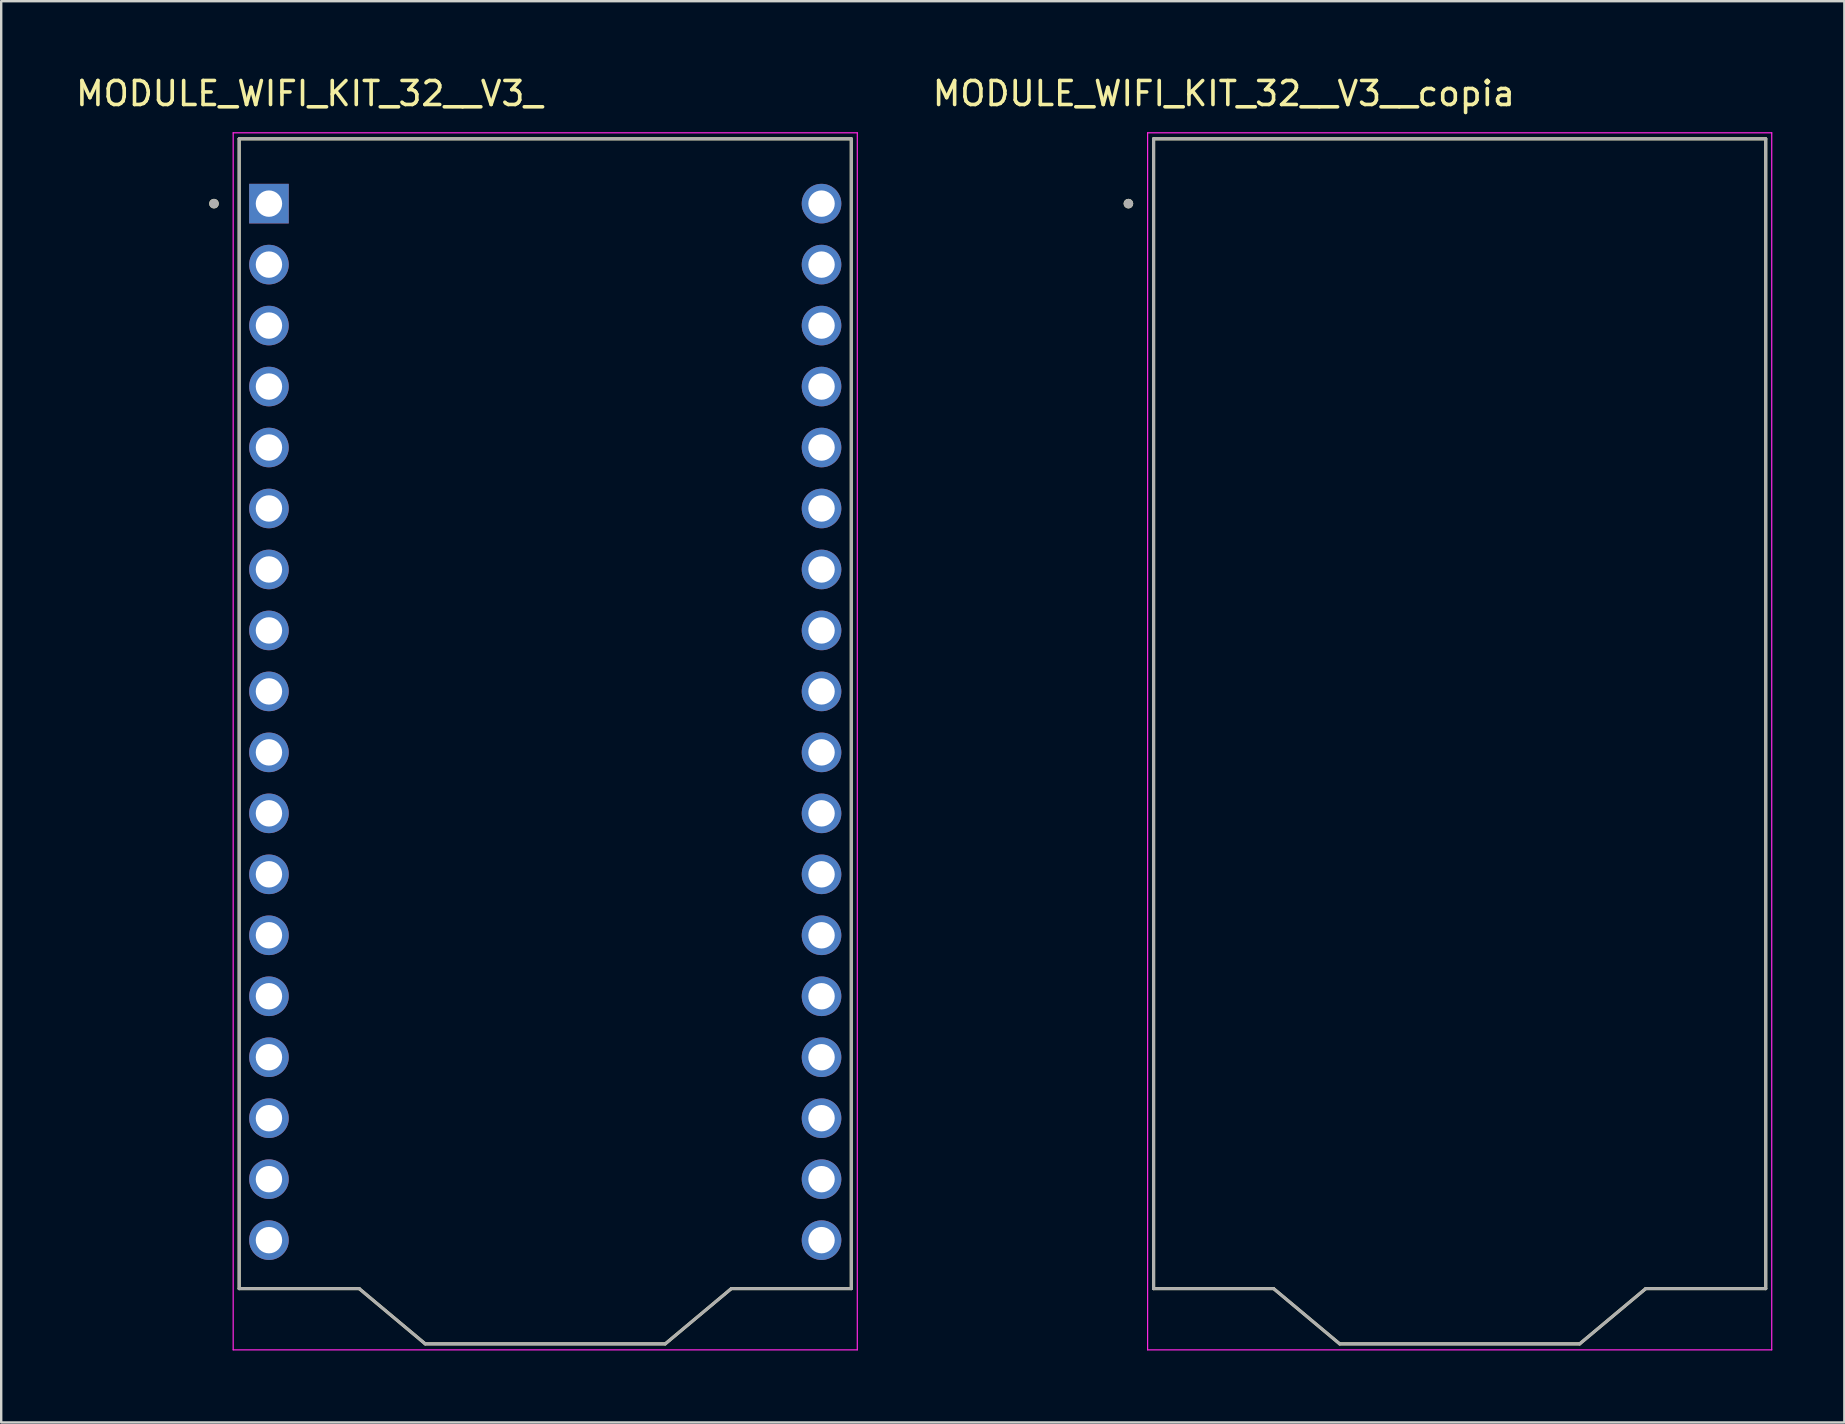
<source format=kicad_pcb>
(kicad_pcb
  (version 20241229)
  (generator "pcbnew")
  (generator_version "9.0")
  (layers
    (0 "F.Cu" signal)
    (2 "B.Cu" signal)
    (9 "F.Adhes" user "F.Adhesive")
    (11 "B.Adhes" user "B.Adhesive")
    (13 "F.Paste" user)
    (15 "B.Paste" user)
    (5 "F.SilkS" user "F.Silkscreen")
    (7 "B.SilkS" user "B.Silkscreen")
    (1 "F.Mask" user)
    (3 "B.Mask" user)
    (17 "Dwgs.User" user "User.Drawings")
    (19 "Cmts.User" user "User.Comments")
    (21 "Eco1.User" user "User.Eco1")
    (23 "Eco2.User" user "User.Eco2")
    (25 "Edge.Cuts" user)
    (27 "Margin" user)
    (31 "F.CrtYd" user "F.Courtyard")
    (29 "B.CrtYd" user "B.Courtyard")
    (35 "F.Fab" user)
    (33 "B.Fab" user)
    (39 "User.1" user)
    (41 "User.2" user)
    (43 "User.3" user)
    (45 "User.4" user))
  (footprint "MODULE_WIFI_KIT_32__V3_"
    (layer "F.Cu")
    (at 19.664 27.833)
    (property "Reference" "MODULE_WIFI_KIT_32__V3_" (at -9.825 -26.985 0) (layer "F.SilkS") (effects (font (size 1 1) (thickness 0.15))))
    (attr through_hole)
    (fp_line (start -12.75 -25.1) (end 12.75 -25.1) (stroke (width 0.127) (type solid)) (layer "F.SilkS"))
    (fp_line (start -12.75 22.8) (end -12.75 -25.1) (stroke (width 0.127) (type solid)) (layer "F.SilkS"))
    (fp_line (start -7.75 22.8) (end -12.75 22.8) (stroke (width 0.127) (type solid)) (layer "F.SilkS"))
    (fp_line (start -7.75 22.8) (end -5 25.1) (stroke (width 0.127) (type solid)) (layer "F.SilkS"))
    (fp_line (start -5 25.1) (end 5 25.1) (stroke (width 0.127) (type solid)) (layer "F.SilkS"))
    (fp_line (start 5 25.1) (end 7.75 22.8) (stroke (width 0.127) (type solid)) (layer "F.SilkS"))
    (fp_line (start 12.75 -25.1) (end 12.75 22.8) (stroke (width 0.127) (type solid)) (layer "F.SilkS"))
    (fp_line (start 12.75 22.8) (end 7.75 22.8) (stroke (width 0.127) (type solid)) (layer "F.SilkS"))
    (fp_circle (center -13.8 -22.4) (end -13.7 -22.4) (stroke (width 0.2) (type solid)) (fill no) (layer "F.SilkS"))
    (fp_line (start -13 -25.35) (end -13 25.35) (stroke (width 0.05) (type solid)) (layer "F.CrtYd"))
    (fp_line (start -13 25.35) (end 13 25.35) (stroke (width 0.05) (type solid)) (layer "F.CrtYd"))
    (fp_line (start 13 -25.35) (end -13 -25.35) (stroke (width 0.05) (type solid)) (layer "F.CrtYd"))
    (fp_line (start 13 25.35) (end 13 -25.35) (stroke (width 0.05) (type solid)) (layer "F.CrtYd"))
    (fp_line (start -12.75 -25.1) (end 12.75 -25.1) (stroke (width 0.127) (type solid)) (layer "F.Fab"))
    (fp_line (start -12.75 22.8) (end -12.75 -25.1) (stroke (width 0.127) (type solid)) (layer "F.Fab"))
    (fp_line (start -7.75 22.8) (end -12.75 22.8) (stroke (width 0.127) (type solid)) (layer "F.Fab"))
    (fp_line (start -7.75 22.8) (end -5 25.1) (stroke (width 0.127) (type solid)) (layer "F.Fab"))
    (fp_line (start -5 25.1) (end 5 25.1) (stroke (width 0.127) (type solid)) (layer "F.Fab"))
    (fp_line (start 5 25.1) (end 7.75 22.8) (stroke (width 0.127) (type solid)) (layer "F.Fab"))
    (fp_line (start 12.75 -25.1) (end 12.75 22.8) (stroke (width 0.127) (type solid)) (layer "F.Fab"))
    (fp_line (start 12.75 22.8) (end 7.75 22.8) (stroke (width 0.127) (type solid)) (layer "F.Fab"))
    (fp_circle (center -13.8 -22.4) (end -13.7 -22.4) (stroke (width 0.2) (type solid)) (fill no) (layer "F.Fab"))
    (pad "J2_1" thru_hole rect (at -11.51 -22.4) (size 1.65 1.65) (drill 1.1) (layers "*.Cu" "*.Mask"))
    (pad "J2_2" thru_hole circle (at -11.51 -19.86) (size 1.65 1.65) (drill 1.1) (layers "*.Cu" "*.Mask"))
    (pad "J2_3" thru_hole circle (at -11.51 -17.32) (size 1.65 1.65) (drill 1.1) (layers "*.Cu" "*.Mask"))
    (pad "J2_4" thru_hole circle (at -11.51 -14.78) (size 1.65 1.65) (drill 1.1) (layers "*.Cu" "*.Mask"))
    (pad "J2_5" thru_hole circle (at -11.51 -12.24) (size 1.65 1.65) (drill 1.1) (layers "*.Cu" "*.Mask"))
    (pad "J2_6" thru_hole circle (at -11.51 -9.7) (size 1.65 1.65) (drill 1.1) (layers "*.Cu" "*.Mask"))
    (pad "J2_7" thru_hole circle (at -11.51 -7.16) (size 1.65 1.65) (drill 1.1) (layers "*.Cu" "*.Mask"))
    (pad "J2_8" thru_hole circle (at -11.51 -4.62) (size 1.65 1.65) (drill 1.1) (layers "*.Cu" "*.Mask"))
    (pad "J2_9" thru_hole circle (at -11.51 -2.08) (size 1.65 1.65) (drill 1.1) (layers "*.Cu" "*.Mask"))
    (pad "J2_10" thru_hole circle (at -11.51 0.46) (size 1.65 1.65) (drill 1.1) (layers "*.Cu" "*.Mask"))
    (pad "J2_11" thru_hole circle (at -11.51 3) (size 1.65 1.65) (drill 1.1) (layers "*.Cu" "*.Mask"))
    (pad "J2_12" thru_hole circle (at -11.51 5.54) (size 1.65 1.65) (drill 1.1) (layers "*.Cu" "*.Mask"))
    (pad "J2_13" thru_hole circle (at -11.51 8.08) (size 1.65 1.65) (drill 1.1) (layers "*.Cu" "*.Mask"))
    (pad "J2_14" thru_hole circle (at -11.51 10.62) (size 1.65 1.65) (drill 1.1) (layers "*.Cu" "*.Mask"))
    (pad "J2_15" thru_hole circle (at -11.51 13.16) (size 1.65 1.65) (drill 1.1) (layers "*.Cu" "*.Mask"))
    (pad "J2_16" thru_hole circle (at -11.51 15.7) (size 1.65 1.65) (drill 1.1) (layers "*.Cu" "*.Mask"))
    (pad "J2_17" thru_hole circle (at -11.51 18.24) (size 1.65 1.65) (drill 1.1) (layers "*.Cu" "*.Mask"))
    (pad "J2_18" thru_hole circle (at -11.51 20.78) (size 1.65 1.65) (drill 1.1) (layers "*.Cu" "*.Mask"))
    (pad "J3_1" thru_hole circle (at 11.51 -22.4) (size 1.65 1.65) (drill 1.1) (layers "*.Cu" "*.Mask"))
    (pad "J3_2" thru_hole circle (at 11.51 -19.86) (size 1.65 1.65) (drill 1.1) (layers "*.Cu" "*.Mask"))
    (pad "J3_3" thru_hole circle (at 11.51 -17.32) (size 1.65 1.65) (drill 1.1) (layers "*.Cu" "*.Mask"))
    (pad "J3_4" thru_hole circle (at 11.51 -14.78) (size 1.65 1.65) (drill 1.1) (layers "*.Cu" "*.Mask"))
    (pad "J3_5" thru_hole circle (at 11.51 -12.24) (size 1.65 1.65) (drill 1.1) (layers "*.Cu" "*.Mask"))
    (pad "J3_6" thru_hole circle (at 11.51 -9.7) (size 1.65 1.65) (drill 1.1) (layers "*.Cu" "*.Mask"))
    (pad "J3_7" thru_hole circle (at 11.51 -7.16) (size 1.65 1.65) (drill 1.1) (layers "*.Cu" "*.Mask"))
    (pad "J3_8" thru_hole circle (at 11.51 -4.62) (size 1.65 1.65) (drill 1.1) (layers "*.Cu" "*.Mask"))
    (pad "J3_9" thru_hole circle (at 11.51 -2.08) (size 1.65 1.65) (drill 1.1) (layers "*.Cu" "*.Mask"))
    (pad "J3_10" thru_hole circle (at 11.51 0.46) (size 1.65 1.65) (drill 1.1) (layers "*.Cu" "*.Mask"))
    (pad "J3_11" thru_hole circle (at 11.51 3) (size 1.65 1.65) (drill 1.1) (layers "*.Cu" "*.Mask"))
    (pad "J3_12" thru_hole circle (at 11.51 5.54) (size 1.65 1.65) (drill 1.1) (layers "*.Cu" "*.Mask"))
    (pad "J3_13" thru_hole circle (at 11.51 8.08) (size 1.65 1.65) (drill 1.1) (layers "*.Cu" "*.Mask"))
    (pad "J3_14" thru_hole circle (at 11.51 10.62) (size 1.65 1.65) (drill 1.1) (layers "*.Cu" "*.Mask"))
    (pad "J3_15" thru_hole circle (at 11.51 13.16) (size 1.65 1.65) (drill 1.1) (layers "*.Cu" "*.Mask"))
    (pad "J3_16" thru_hole circle (at 11.51 15.7) (size 1.65 1.65) (drill 1.1) (layers "*.Cu" "*.Mask"))
    (pad "J3_17" thru_hole circle (at 11.51 18.24) (size 1.65 1.65) (drill 1.1) (layers "*.Cu" "*.Mask"))
    (pad "J3_18" thru_hole circle (at 11.51 20.78) (size 1.65 1.65) (drill 1.1) (layers "*.Cu" "*.Mask")))
  (footprint "MODULE_WIFI_KIT_32__V3__copia"
    (layer "F.Cu")
    (at 57.758 27.833)
    (property "Reference" "MODULE_WIFI_KIT_32__V3__copia" (at -9.825 -26.985 0) (layer "F.SilkS") (effects (font (size 1 1) (thickness 0.15))))
    (attr through_hole)
    (fp_line (start -12.75 -25.1) (end 12.75 -25.1) (stroke (width 0.127) (type solid)) (layer "F.SilkS"))
    (fp_line (start -12.75 22.8) (end -12.75 -25.1) (stroke (width 0.127) (type solid)) (layer "F.SilkS"))
    (fp_line (start -7.75 22.8) (end -12.75 22.8) (stroke (width 0.127) (type solid)) (layer "F.SilkS"))
    (fp_line (start -7.75 22.8) (end -5 25.1) (stroke (width 0.127) (type solid)) (layer "F.SilkS"))
    (fp_line (start -5 25.1) (end 5 25.1) (stroke (width 0.127) (type solid)) (layer "F.SilkS"))
    (fp_line (start 5 25.1) (end 7.75 22.8) (stroke (width 0.127) (type solid)) (layer "F.SilkS"))
    (fp_line (start 12.75 -25.1) (end 12.75 22.8) (stroke (width 0.127) (type solid)) (layer "F.SilkS"))
    (fp_line (start 12.75 22.8) (end 7.75 22.8) (stroke (width 0.127) (type solid)) (layer "F.SilkS"))
    (fp_circle (center -13.8 -22.4) (end -13.7 -22.4) (stroke (width 0.2) (type solid)) (fill no) (layer "F.SilkS"))
    (fp_line (start -13 -25.35) (end -13 25.35) (stroke (width 0.05) (type solid)) (layer "F.CrtYd"))
    (fp_line (start -13 25.35) (end 13 25.35) (stroke (width 0.05) (type solid)) (layer "F.CrtYd"))
    (fp_line (start 13 -25.35) (end -13 -25.35) (stroke (width 0.05) (type solid)) (layer "F.CrtYd"))
    (fp_line (start 13 25.35) (end 13 -25.35) (stroke (width 0.05) (type solid)) (layer "F.CrtYd"))
    (fp_line (start -12.75 -25.1) (end 12.75 -25.1) (stroke (width 0.127) (type solid)) (layer "F.Fab"))
    (fp_line (start -12.75 22.8) (end -12.75 -25.1) (stroke (width 0.127) (type solid)) (layer "F.Fab"))
    (fp_line (start -7.75 22.8) (end -12.75 22.8) (stroke (width 0.127) (type solid)) (layer "F.Fab"))
    (fp_line (start -7.75 22.8) (end -5 25.1) (stroke (width 0.127) (type solid)) (layer "F.Fab"))
    (fp_line (start -5 25.1) (end 5 25.1) (stroke (width 0.127) (type solid)) (layer "F.Fab"))
    (fp_line (start 5 25.1) (end 7.75 22.8) (stroke (width 0.127) (type solid)) (layer "F.Fab"))
    (fp_line (start 12.75 -25.1) (end 12.75 22.8) (stroke (width 0.127) (type solid)) (layer "F.Fab"))
    (fp_line (start 12.75 22.8) (end 7.75 22.8) (stroke (width 0.127) (type solid)) (layer "F.Fab"))
    (fp_circle (center -13.8 -22.4) (end -13.7 -22.4) (stroke (width 0.2) (type solid)) (fill no) (layer "F.Fab")))
  (gr_rect
    (start -3 -3)
    (end 73.783 56.208)
    (stroke (width 0.1) (type default))
    (fill no)
    (layer "Edge.Cuts")))
</source>
